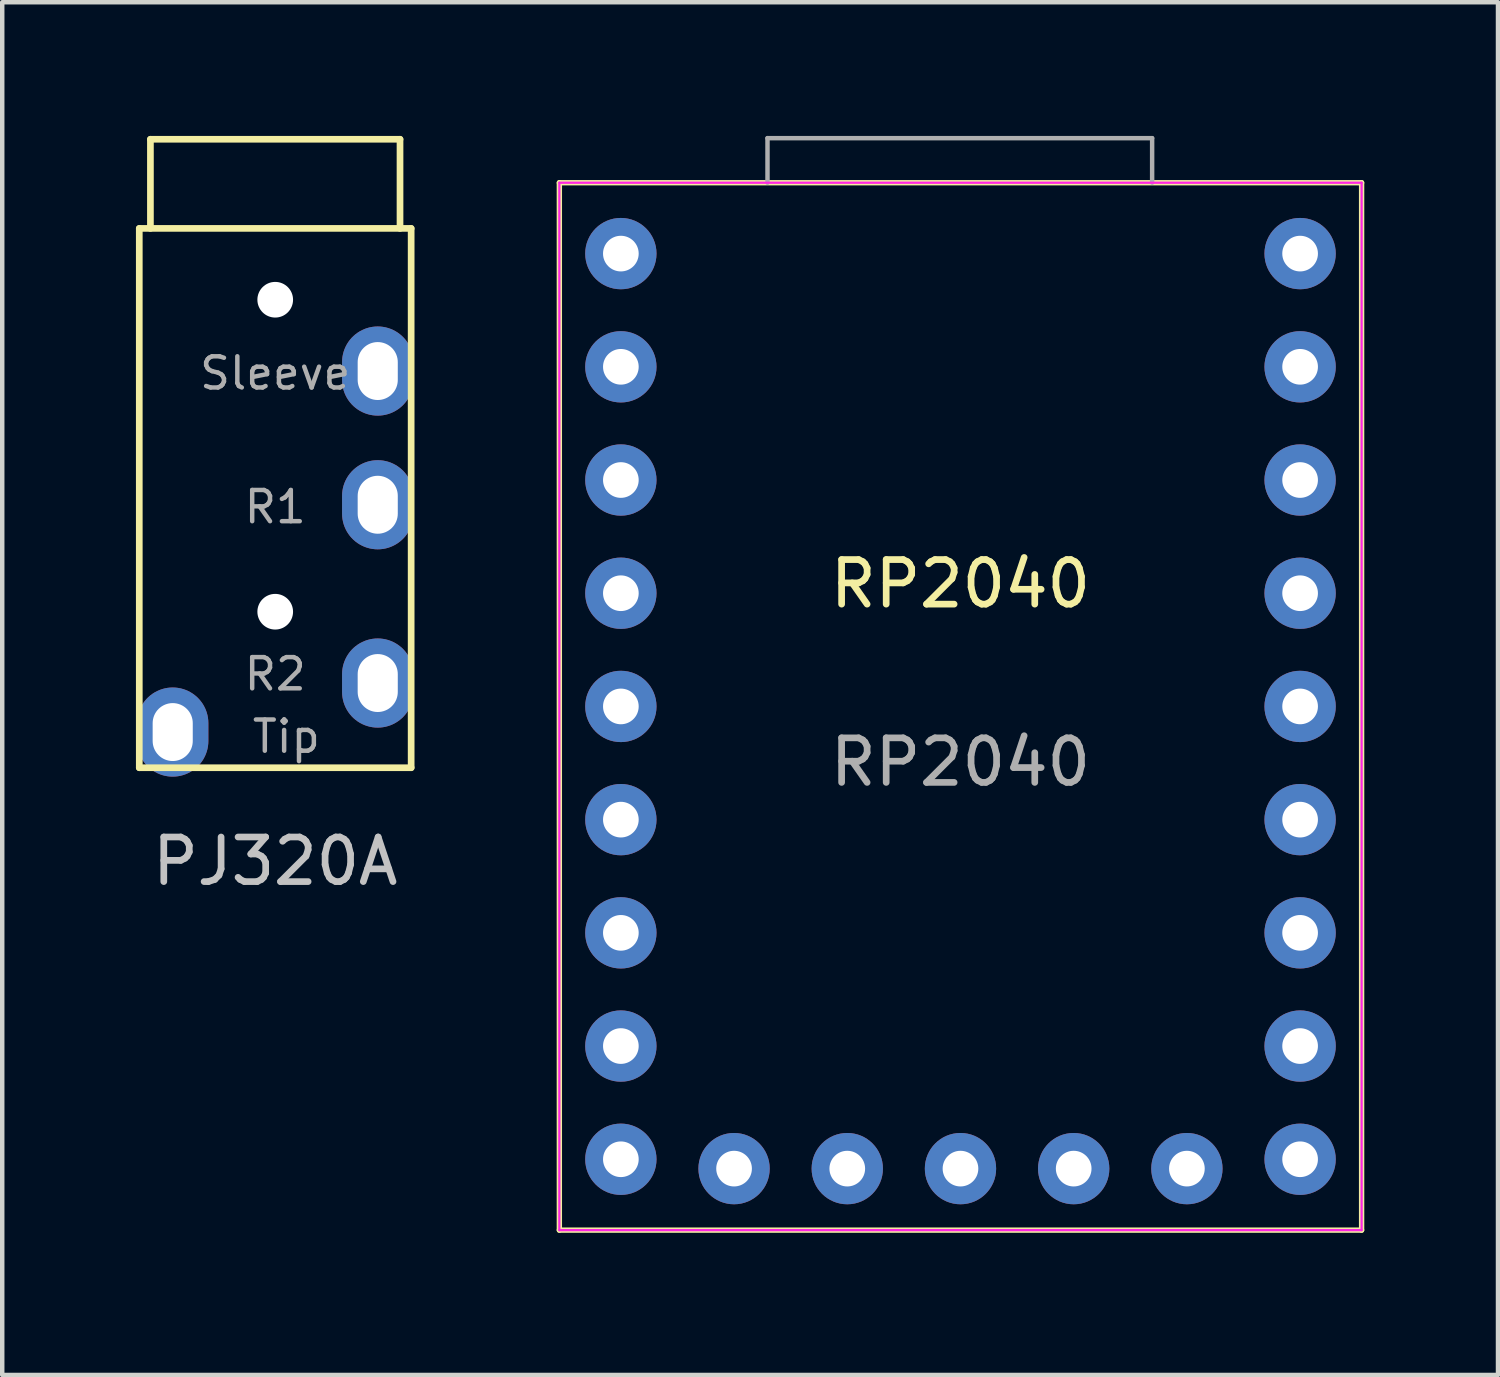
<source format=kicad_pcb>
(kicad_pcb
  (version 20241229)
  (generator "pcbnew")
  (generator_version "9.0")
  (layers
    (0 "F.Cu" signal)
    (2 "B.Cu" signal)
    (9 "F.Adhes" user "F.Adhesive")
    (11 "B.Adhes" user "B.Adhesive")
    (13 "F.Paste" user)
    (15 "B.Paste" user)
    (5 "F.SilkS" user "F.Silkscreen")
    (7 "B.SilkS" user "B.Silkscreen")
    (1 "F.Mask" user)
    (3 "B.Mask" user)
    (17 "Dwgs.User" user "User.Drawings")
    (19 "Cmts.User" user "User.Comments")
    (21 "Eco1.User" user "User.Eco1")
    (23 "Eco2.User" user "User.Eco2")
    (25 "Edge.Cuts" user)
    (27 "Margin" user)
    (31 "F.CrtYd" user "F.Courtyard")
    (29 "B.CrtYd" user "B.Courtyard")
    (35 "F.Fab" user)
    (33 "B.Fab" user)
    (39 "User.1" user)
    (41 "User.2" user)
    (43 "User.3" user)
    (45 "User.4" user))
  (footprint "PJ320A"
    (layer "F.Cu")
    (at 3.125 2.075)
    (property "Reference" "PJ320A" (at 0 14.2 0) (layer "Dwgs.User") (effects (font (size 1 1) (thickness 0.15))))
    (attr through_hole)
    (fp_line (start -3.05 0) (end -3.05 12.1) (stroke (width 0.15) (type solid)) (layer "F.SilkS"))
    (fp_line (start -2.8 0) (end -2.8 -2) (stroke (width 0.15) (type solid)) (layer "F.SilkS"))
    (fp_line (start 2.8 -2) (end -2.8 -2) (stroke (width 0.15) (type solid)) (layer "F.SilkS"))
    (fp_line (start 2.8 0) (end 2.8 -2) (stroke (width 0.15) (type solid)) (layer "F.SilkS"))
    (fp_line (start 3.05 0) (end -3.05 0) (stroke (width 0.15) (type solid)) (layer "F.SilkS"))
    (fp_line (start 3.05 0) (end 3.05 12.1) (stroke (width 0.15) (type solid)) (layer "F.SilkS"))
    (fp_line (start 3.05 12.1) (end -3.05 12.1) (stroke (width 0.15) (type solid)) (layer "F.SilkS"))
    (fp_text user "R2" (at 0 10 0) (layer "F.Fab") (effects (font (size 0.7 0.7) (thickness 0.1))))
    (fp_text user "R1" (at 0 6.25 0) (layer "F.Fab") (effects (font (size 0.7 0.7) (thickness 0.1))))
    (fp_text user "Sleeve" (at 0 3.25 0) (layer "F.Fab") (effects (font (size 0.7 0.7) (thickness 0.1))))
    (fp_text user "Tip" (at 0.25 11.4 0) (layer "F.Fab") (effects (font (size 0.7 0.7) (thickness 0.1))))
    (pad "" np_thru_hole circle (at 0 1.6) (size 0.8 0.8) (drill 0.8) (layers "*.Cu" "*.Mask"))
    (pad "" np_thru_hole circle (at 0 8.6) (size 0.8 0.8) (drill 0.8) (layers "*.Cu" "*.Mask"))
    (pad "R1" thru_hole oval (at 2.3 6.2) (size 1.6 2) (drill oval 0.9 1.3) (layers "*.Cu" "*.Mask"))
    (pad "R2" thru_hole oval (at 2.3 10.2) (size 1.6 2) (drill oval 0.9 1.3) (layers "*.Cu" "*.Mask"))
    (pad "S" thru_hole oval (at 2.3 3.2) (size 1.6 2) (drill oval 0.9 1.3) (layers "*.Cu" "*.Mask"))
    (pad "T" thru_hole oval (at -2.3 11.3) (size 1.6 2) (drill oval 0.9 1.3) (layers "*.Cu" "*.Mask")))
  (footprint "RP2040"
    (layer "F.Cu")
    (at 9.5 24.55)
    (property "Reference" "RP2040" (at 9 -14.5 0) (unlocked yes) (layer "F.SilkS") (effects (font (size 1 1) (thickness 0.15))))
    (attr through_hole)
    (fp_line (start 0 -23.5) (end 0 0) (stroke (width 0.12) (type solid)) (layer "F.SilkS"))
    (fp_line (start 0 0) (end 18 0) (stroke (width 0.12) (type solid)) (layer "F.SilkS"))
    (fp_line (start 18 -23.5) (end 0 -23.5) (stroke (width 0.12) (type solid)) (layer "F.SilkS"))
    (fp_line (start 18 0) (end 18 -23.5) (stroke (width 0.12) (type solid)) (layer "F.SilkS"))
    (fp_line (start 0 -23.5) (end 18 -23.5) (stroke (width 0.05) (type solid)) (layer "F.CrtYd"))
    (fp_line (start 0 0) (end 0 -23.5) (stroke (width 0.05) (type solid)) (layer "F.CrtYd"))
    (fp_line (start 18 -23.5) (end 18 0) (stroke (width 0.05) (type solid)) (layer "F.CrtYd"))
    (fp_line (start 18 0) (end 0 0) (stroke (width 0.05) (type solid)) (layer "F.CrtYd"))
    (fp_line (start 4.67 -24.5) (end 4.67 -23.5) (stroke (width 0.1) (type solid)) (layer "F.Fab"))
    (fp_line (start 4.67 -24.5) (end 13.3 -24.5) (stroke (width 0.1) (type solid)) (layer "F.Fab"))
    (fp_line (start 13.3 -24.5) (end 13.3 -23.5) (stroke (width 0.1) (type solid)) (layer "F.Fab"))
    (fp_text user "${REFERENCE}" (at 9 -10.5 0) (unlocked yes) (layer "F.Fab") (effects (font (size 1 1) (thickness 0.15))))
    (pad "1" thru_hole circle (at 16.62 -21.91) (size 1.6 1.6) (drill 0.8) (layers "*.Cu" "*.Mask"))
    (pad "2" thru_hole circle (at 16.62 -19.37) (size 1.6 1.6) (drill 0.8) (layers "*.Cu" "*.Mask"))
    (pad "3" thru_hole circle (at 16.62 -16.83) (size 1.6 1.6) (drill 0.8) (layers "*.Cu" "*.Mask"))
    (pad "4" thru_hole circle (at 16.62 -14.29) (size 1.6 1.6) (drill 0.8) (layers "*.Cu" "*.Mask"))
    (pad "5" thru_hole circle (at 16.62 -11.75) (size 1.6 1.6) (drill 0.8) (layers "*.Cu" "*.Mask"))
    (pad "6" thru_hole circle (at 16.62 -9.21) (size 1.6 1.6) (drill 0.8) (layers "*.Cu" "*.Mask"))
    (pad "7" thru_hole circle (at 16.62 -6.67) (size 1.6 1.6) (drill 0.8) (layers "*.Cu" "*.Mask"))
    (pad "8" thru_hole circle (at 16.62 -4.13) (size 1.6 1.6) (drill 0.8) (layers "*.Cu" "*.Mask"))
    (pad "9" thru_hole circle (at 16.62 -1.59) (size 1.6 1.6) (drill 0.8) (layers "*.Cu" "*.Mask"))
    (pad "10" thru_hole circle (at 14.08 -1.38) (size 1.6 1.6) (drill 0.8) (layers "*.Cu" "*.Mask"))
    (pad "11" thru_hole circle (at 11.54 -1.38) (size 1.6 1.6) (drill 0.8) (layers "*.Cu" "*.Mask"))
    (pad "12" thru_hole circle (at 9 -1.38) (size 1.6 1.6) (drill 0.8) (layers "*.Cu" "*.Mask"))
    (pad "13" thru_hole circle (at 6.46 -1.38) (size 1.6 1.6) (drill 0.8) (layers "*.Cu" "*.Mask"))
    (pad "14" thru_hole circle (at 3.92 -1.38) (size 1.6 1.6) (drill 0.8) (layers "*.Cu" "*.Mask"))
    (pad "15" thru_hole circle (at 1.38 -1.59) (size 1.6 1.6) (drill 0.8) (layers "*.Cu" "*.Mask"))
    (pad "16" thru_hole circle (at 1.38 -4.13) (size 1.6 1.6) (drill 0.8) (layers "*.Cu" "*.Mask"))
    (pad "17" thru_hole circle (at 1.38 -6.67) (size 1.6 1.6) (drill 0.8) (layers "*.Cu" "*.Mask"))
    (pad "18" thru_hole circle (at 1.38 -9.21) (size 1.6 1.6) (drill 0.8) (layers "*.Cu" "*.Mask"))
    (pad "19" thru_hole circle (at 1.38 -11.75) (size 1.6 1.6) (drill 0.8) (layers "*.Cu" "*.Mask"))
    (pad "20" thru_hole circle (at 1.38 -14.29) (size 1.6 1.6) (drill 0.8) (layers "*.Cu" "*.Mask"))
    (pad "21" thru_hole circle (at 1.38 -16.83) (size 1.6 1.6) (drill 0.8) (layers "*.Cu" "*.Mask"))
    (pad "22" thru_hole circle (at 1.38 -21.91) (size 1.6 1.6) (drill 0.8) (layers "*.Cu" "*.Mask"))
    (pad "23" thru_hole circle (at 1.38 -19.37) (size 1.6 1.6) (drill 0.8) (layers "*.Cu" "*.Mask")))
  (gr_rect
    (start -3 -3)
    (end 30.56 27.8)
    (stroke (width 0.1) (type default))
    (fill no)
    (layer "Edge.Cuts")))
</source>
